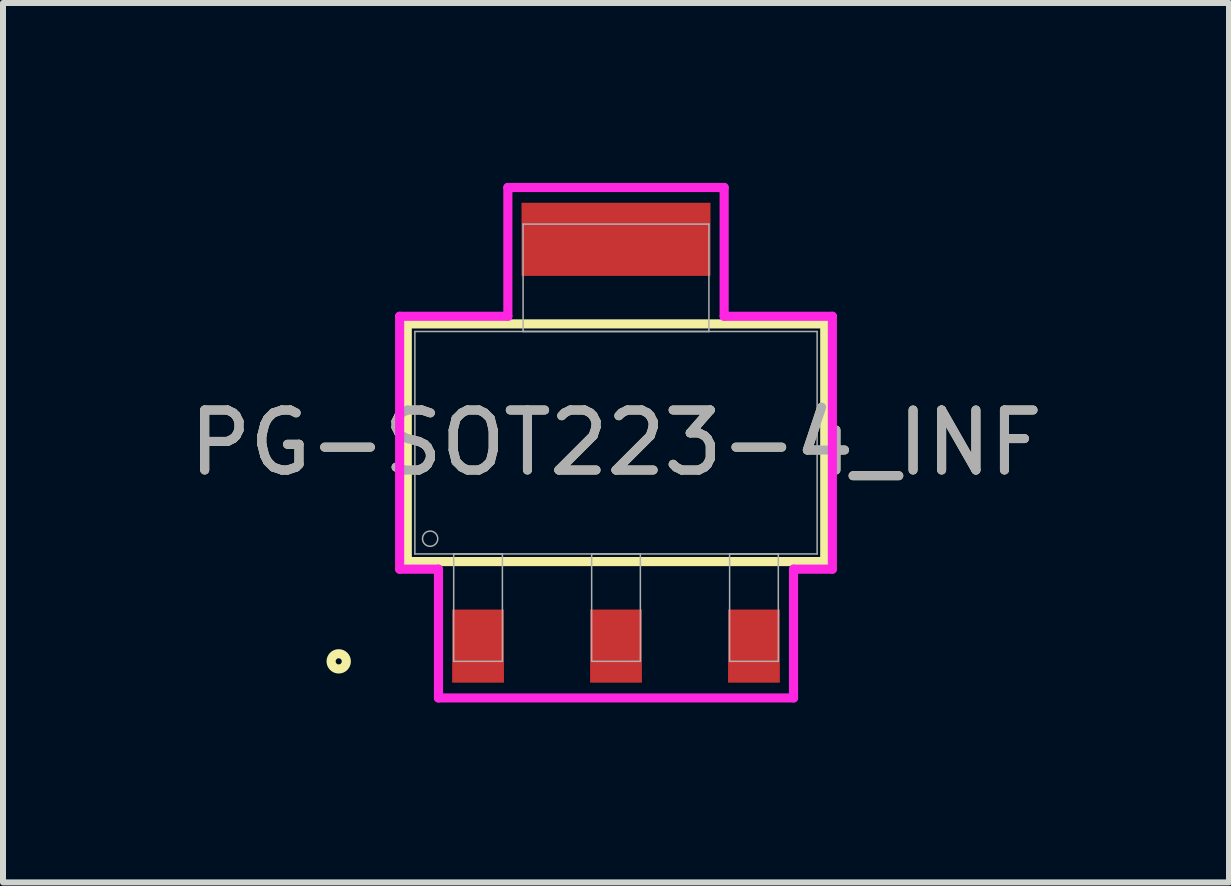
<source format=kicad_pcb>
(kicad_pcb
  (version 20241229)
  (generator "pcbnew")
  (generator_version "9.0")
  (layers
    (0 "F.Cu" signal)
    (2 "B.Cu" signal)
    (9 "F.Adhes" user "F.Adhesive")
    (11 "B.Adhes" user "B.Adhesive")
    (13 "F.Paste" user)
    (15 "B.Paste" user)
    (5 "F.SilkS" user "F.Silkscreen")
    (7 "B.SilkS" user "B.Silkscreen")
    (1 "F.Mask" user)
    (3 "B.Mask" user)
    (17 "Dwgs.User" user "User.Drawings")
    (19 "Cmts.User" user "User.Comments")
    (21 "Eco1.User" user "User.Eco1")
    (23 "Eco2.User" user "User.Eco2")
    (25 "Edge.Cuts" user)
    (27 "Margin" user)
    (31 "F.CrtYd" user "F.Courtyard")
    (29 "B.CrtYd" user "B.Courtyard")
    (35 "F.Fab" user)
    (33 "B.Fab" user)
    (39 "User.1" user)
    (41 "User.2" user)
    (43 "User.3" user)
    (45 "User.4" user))
  (footprint "PG-SOT223-4_INF"
    (layer "F.Cu")
    (at 7.22 4.331)
    (property "Reference" "PG-SOT223-4_INF" (at 0 0 0) (unlocked yes) (layer "F.SilkS") (effects (font (size 1 1) (thickness 0.15))))
    (attr smd)
    (fp_line (start -3.48 -1.981) (end -3.48 1.981) (stroke (width 0.152) (type solid)) (layer "F.SilkS"))
    (fp_line (start -3.48 1.981) (end 3.48 1.981) (stroke (width 0.152) (type solid)) (layer "F.SilkS"))
    (fp_line (start 3.48 -1.981) (end -3.48 -1.981) (stroke (width 0.152) (type solid)) (layer "F.SilkS"))
    (fp_line (start 3.48 1.981) (end 3.48 -1.981) (stroke (width 0.152) (type solid)) (layer "F.SilkS"))
    (fp_circle (center -4.623 3.645) (end -4.496 3.645) (stroke (width 0.152) (type solid)) (fill no) (layer "F.SilkS"))
    (fp_line (start -3.607 -2.108) (end -1.803 -2.108) (stroke (width 0.152) (type solid)) (layer "F.CrtYd"))
    (fp_line (start -3.607 2.108) (end -3.607 -2.108) (stroke (width 0.152) (type solid)) (layer "F.CrtYd"))
    (fp_line (start -2.96 2.108) (end -3.607 2.108) (stroke (width 0.152) (type solid)) (layer "F.CrtYd"))
    (fp_line (start -2.96 4.255) (end -2.96 2.108) (stroke (width 0.152) (type solid)) (layer "F.CrtYd"))
    (fp_line (start -1.803 -4.255) (end 1.803 -4.255) (stroke (width 0.152) (type solid)) (layer "F.CrtYd"))
    (fp_line (start -1.803 -2.108) (end -1.803 -4.255) (stroke (width 0.152) (type solid)) (layer "F.CrtYd"))
    (fp_line (start 1.803 -4.255) (end 1.803 -2.108) (stroke (width 0.152) (type solid)) (layer "F.CrtYd"))
    (fp_line (start 1.803 -2.108) (end 3.607 -2.108) (stroke (width 0.152) (type solid)) (layer "F.CrtYd"))
    (fp_line (start 2.96 2.108) (end 2.96 4.255) (stroke (width 0.152) (type solid)) (layer "F.CrtYd"))
    (fp_line (start 2.96 4.255) (end -2.96 4.255) (stroke (width 0.152) (type solid)) (layer "F.CrtYd"))
    (fp_line (start 3.607 -2.108) (end 3.607 2.108) (stroke (width 0.152) (type solid)) (layer "F.CrtYd"))
    (fp_line (start 3.607 2.108) (end 2.96 2.108) (stroke (width 0.152) (type solid)) (layer "F.CrtYd"))
    (fp_line (start -3.353 -1.854) (end -3.353 1.854) (stroke (width 0.025) (type solid)) (layer "F.Fab"))
    (fp_line (start -3.353 1.854) (end 3.353 1.854) (stroke (width 0.025) (type solid)) (layer "F.Fab"))
    (fp_line (start -2.706 1.854) (end -2.706 3.645) (stroke (width 0.025) (type solid)) (layer "F.Fab"))
    (fp_line (start -2.706 3.645) (end -1.894 3.645) (stroke (width 0.025) (type solid)) (layer "F.Fab"))
    (fp_line (start -1.894 1.854) (end -2.706 1.854) (stroke (width 0.025) (type solid)) (layer "F.Fab"))
    (fp_line (start -1.894 3.645) (end -1.894 1.854) (stroke (width 0.025) (type solid)) (layer "F.Fab"))
    (fp_line (start -1.549 -3.645) (end -1.549 -1.854) (stroke (width 0.025) (type solid)) (layer "F.Fab"))
    (fp_line (start -1.549 -1.854) (end 1.549 -1.854) (stroke (width 0.025) (type solid)) (layer "F.Fab"))
    (fp_line (start -0.406 1.854) (end -0.406 3.645) (stroke (width 0.025) (type solid)) (layer "F.Fab"))
    (fp_line (start -0.406 3.645) (end 0.406 3.645) (stroke (width 0.025) (type solid)) (layer "F.Fab"))
    (fp_line (start 0.406 1.854) (end -0.406 1.854) (stroke (width 0.025) (type solid)) (layer "F.Fab"))
    (fp_line (start 0.406 3.645) (end 0.406 1.854) (stroke (width 0.025) (type solid)) (layer "F.Fab"))
    (fp_line (start 1.549 -3.645) (end -1.549 -3.645) (stroke (width 0.025) (type solid)) (layer "F.Fab"))
    (fp_line (start 1.549 -1.854) (end 1.549 -3.645) (stroke (width 0.025) (type solid)) (layer "F.Fab"))
    (fp_line (start 1.894 1.854) (end 1.894 3.645) (stroke (width 0.025) (type solid)) (layer "F.Fab"))
    (fp_line (start 1.894 3.645) (end 2.706 3.645) (stroke (width 0.025) (type solid)) (layer "F.Fab"))
    (fp_line (start 2.706 1.854) (end 1.894 1.854) (stroke (width 0.025) (type solid)) (layer "F.Fab"))
    (fp_line (start 2.706 3.645) (end 2.706 1.854) (stroke (width 0.025) (type solid)) (layer "F.Fab"))
    (fp_line (start 3.353 -1.854) (end -3.353 -1.854) (stroke (width 0.025) (type solid)) (layer "F.Fab"))
    (fp_line (start 3.353 1.854) (end 3.353 -1.854) (stroke (width 0.025) (type solid)) (layer "F.Fab"))
    (fp_circle (center -3.099 1.6) (end -2.972 1.6) (stroke (width 0.025) (type solid)) (fill no) (layer "F.Fab"))
    (fp_text user "${REFERENCE}" (at 0 0 0) (unlocked yes) (layer "F.Fab") (effects (font (size 1 1) (thickness 0.15))))
    (pad "1" smd rect (at -2.3 3.391) (size 0.864 1.219) (layers "F.Cu" "F.Mask" "F.Paste"))
    (pad "2" smd rect (at 0 3.391) (size 0.864 1.219) (layers "F.Cu" "F.Mask" "F.Paste"))
    (pad "3" smd rect (at 2.3 3.391) (size 0.864 1.219) (layers "F.Cu" "F.Mask" "F.Paste"))
    (pad "4" smd rect (at 0 -3.391) (size 3.15 1.219) (layers "F.Cu" "F.Mask" "F.Paste")))
  (gr_rect
    (start -3 -3)
    (end 17.44 11.661)
    (stroke (width 0.1) (type default))
    (fill no)
    (layer "Edge.Cuts")))
</source>
